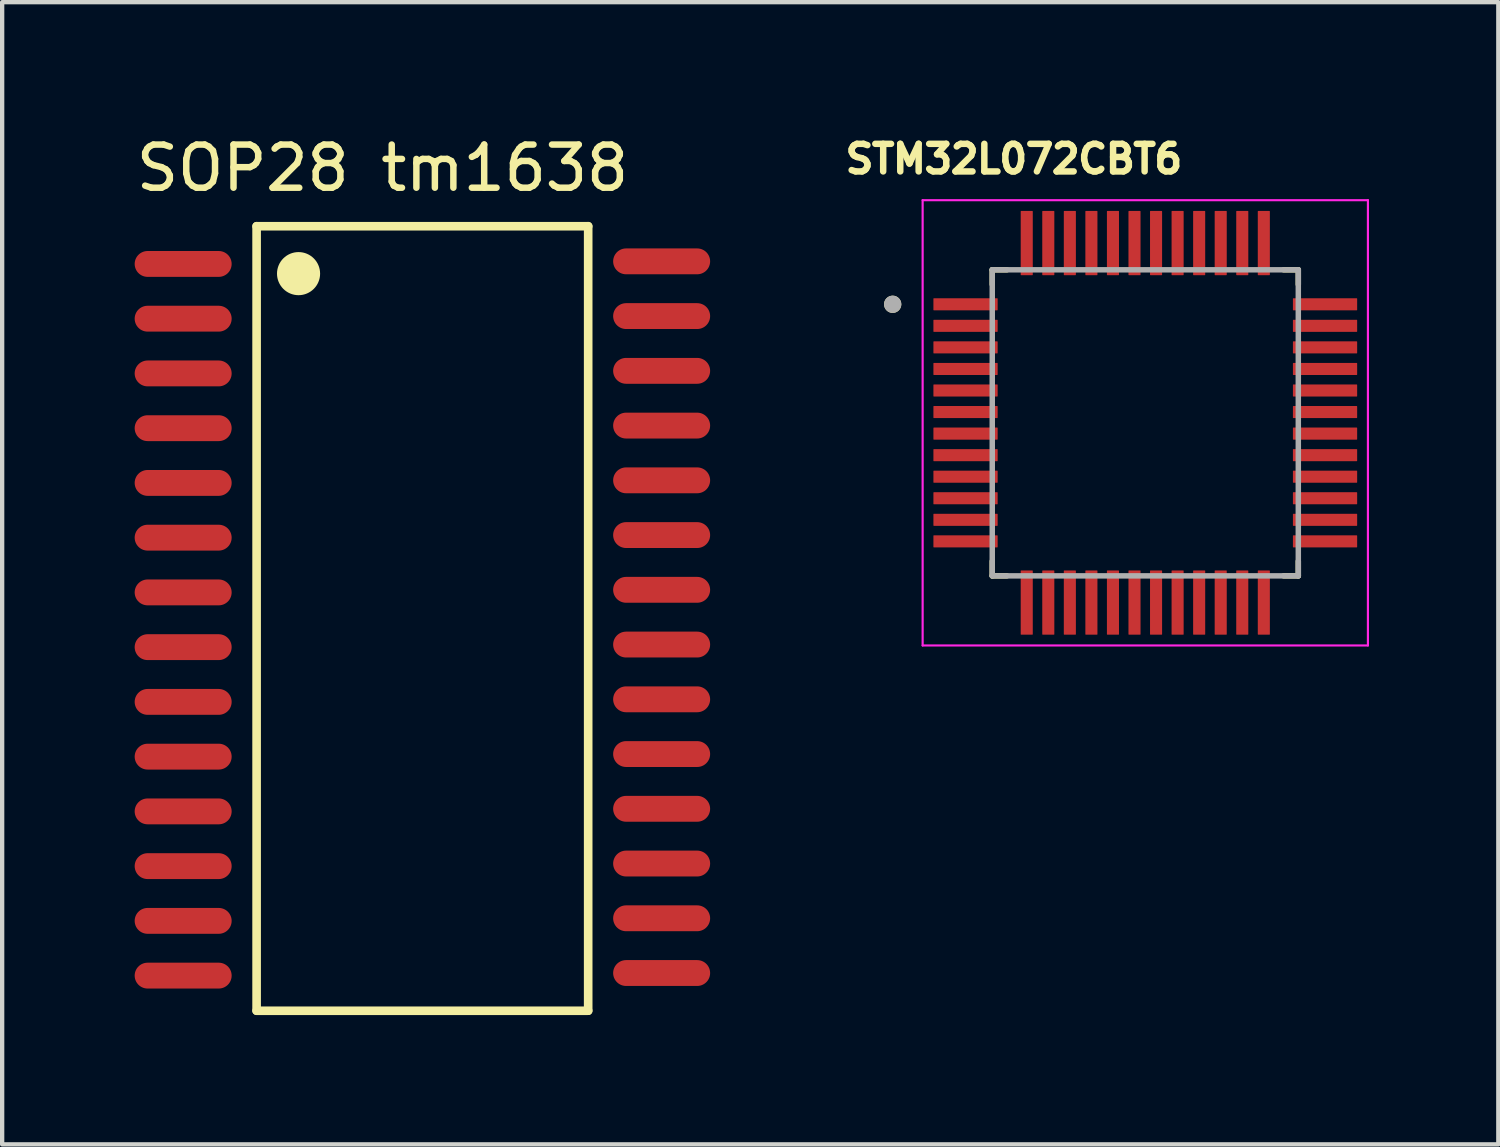
<source format=kicad_pcb>
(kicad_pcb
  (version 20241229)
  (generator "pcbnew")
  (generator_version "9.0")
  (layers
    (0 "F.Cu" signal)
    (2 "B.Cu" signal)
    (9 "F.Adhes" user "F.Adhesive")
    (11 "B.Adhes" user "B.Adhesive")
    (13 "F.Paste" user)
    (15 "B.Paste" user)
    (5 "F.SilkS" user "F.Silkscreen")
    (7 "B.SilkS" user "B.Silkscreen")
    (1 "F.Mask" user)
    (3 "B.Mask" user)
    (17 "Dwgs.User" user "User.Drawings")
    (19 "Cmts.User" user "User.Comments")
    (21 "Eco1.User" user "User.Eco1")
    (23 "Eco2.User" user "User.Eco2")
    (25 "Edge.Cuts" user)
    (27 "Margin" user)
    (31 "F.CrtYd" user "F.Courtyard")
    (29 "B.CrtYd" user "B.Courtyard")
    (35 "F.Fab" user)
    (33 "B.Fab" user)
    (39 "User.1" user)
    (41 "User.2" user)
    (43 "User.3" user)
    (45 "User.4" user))
  (footprint "SOP28 tm1638"
    (layer "F.Cu")
    (at 6.749 11.298)
    (property "Reference" "SOP28 tm1638" (at -0.926 -10.449 0) (layer "F.SilkS") (effects (font (size 1.001 1.001) (thickness 0.15))))
    (attr smd)
    (fp_line (start -3.846 -9.1) (end 3.846 -9.1) (stroke (width 0.2) (type solid)) (layer "F.SilkS"))
    (fp_line (start -3.846 9.1) (end -3.846 -9.1) (stroke (width 0.2) (type solid)) (layer "F.SilkS"))
    (fp_line (start 3.846 -9.1) (end 3.846 9.1) (stroke (width 0.2) (type solid)) (layer "F.SilkS"))
    (fp_line (start 3.846 9.1) (end -3.846 9.1) (stroke (width 0.2) (type solid)) (layer "F.SilkS"))
    (fp_circle (center -2.873 -8) (end -2.373 -8) (stroke (width 0) (type solid)) (fill yes) (layer "F.SilkS"))
    (pad "1" smd oval (at -5.55 -8.225) (size 2.25 0.6) (layers "F.Cu" "F.Mask" "F.Paste"))
    (pad "2" smd oval (at -5.55 -6.955) (size 2.25 0.6) (layers "F.Cu" "F.Mask" "F.Paste"))
    (pad "3" smd oval (at -5.55 -5.685) (size 2.25 0.6) (layers "F.Cu" "F.Mask" "F.Paste"))
    (pad "4" smd oval (at -5.55 -4.415) (size 2.25 0.6) (layers "F.Cu" "F.Mask" "F.Paste"))
    (pad "5" smd oval (at -5.55 -3.145) (size 2.25 0.6) (layers "F.Cu" "F.Mask" "F.Paste"))
    (pad "6" smd oval (at -5.55 -1.875) (size 2.25 0.6) (layers "F.Cu" "F.Mask" "F.Paste"))
    (pad "7" smd oval (at -5.55 -0.605) (size 2.25 0.6) (layers "F.Cu" "F.Mask" "F.Paste"))
    (pad "8" smd oval (at -5.55 0.665) (size 2.25 0.6) (layers "F.Cu" "F.Mask" "F.Paste"))
    (pad "9" smd oval (at -5.55 1.935) (size 2.25 0.6) (layers "F.Cu" "F.Mask" "F.Paste"))
    (pad "10" smd oval (at -5.55 3.205) (size 2.25 0.6) (layers "F.Cu" "F.Mask" "F.Paste"))
    (pad "11" smd oval (at -5.55 4.475) (size 2.25 0.6) (layers "F.Cu" "F.Mask" "F.Paste"))
    (pad "12" smd oval (at -5.55 5.745) (size 2.25 0.6) (layers "F.Cu" "F.Mask" "F.Paste"))
    (pad "13" smd oval (at -5.55 7.015) (size 2.25 0.6) (layers "F.Cu" "F.Mask" "F.Paste"))
    (pad "14" smd oval (at -5.55 8.285) (size 2.25 0.6) (layers "F.Cu" "F.Mask" "F.Paste"))
    (pad "15" smd oval (at 5.55 8.225 180) (size 2.25 0.6) (layers "F.Cu" "F.Mask" "F.Paste"))
    (pad "16" smd oval (at 5.55 6.955 180) (size 2.25 0.6) (layers "F.Cu" "F.Mask" "F.Paste"))
    (pad "17" smd oval (at 5.55 5.685 180) (size 2.25 0.6) (layers "F.Cu" "F.Mask" "F.Paste"))
    (pad "18" smd oval (at 5.55 4.415 180) (size 2.25 0.6) (layers "F.Cu" "F.Mask" "F.Paste"))
    (pad "19" smd oval (at 5.55 3.145 180) (size 2.25 0.6) (layers "F.Cu" "F.Mask" "F.Paste"))
    (pad "20" smd oval (at 5.55 1.875 180) (size 2.25 0.6) (layers "F.Cu" "F.Mask" "F.Paste"))
    (pad "21" smd oval (at 5.55 0.605 180) (size 2.25 0.6) (layers "F.Cu" "F.Mask" "F.Paste"))
    (pad "22" smd oval (at 5.55 -0.665 180) (size 2.25 0.6) (layers "F.Cu" "F.Mask" "F.Paste"))
    (pad "23" smd oval (at 5.55 -1.935 180) (size 2.25 0.6) (layers "F.Cu" "F.Mask" "F.Paste"))
    (pad "24" smd oval (at 5.55 -3.205 180) (size 2.25 0.6) (layers "F.Cu" "F.Mask" "F.Paste"))
    (pad "25" smd oval (at 5.55 -4.475 180) (size 2.25 0.6) (layers "F.Cu" "F.Mask" "F.Paste"))
    (pad "26" smd oval (at 5.55 -5.745 180) (size 2.25 0.6) (layers "F.Cu" "F.Mask" "F.Paste"))
    (pad "27" smd oval (at 5.55 -7.015 180) (size 2.25 0.6) (layers "F.Cu" "F.Mask" "F.Paste"))
    (pad "28" smd oval (at 5.55 -8.285 180) (size 2.25 0.6) (layers "F.Cu" "F.Mask" "F.Paste")))
  (footprint "STM32L072CBT6"
    (layer "F.Cu")
    (at 23.519 6.759)
    (property "Reference" "STM32L072CBT6" (at -3.048 -6.121 0) (layer "F.SilkS") (effects (font (size 0.64 0.64) (thickness 0.15))))
    (attr smd)
    (fp_line (start -3.55 -3.55) (end -3.55 -3.21) (stroke (width 0.127) (type solid)) (layer "F.SilkS"))
    (fp_line (start -3.55 -3.55) (end -3.21 -3.55) (stroke (width 0.127) (type solid)) (layer "F.SilkS"))
    (fp_line (start -3.55 3.55) (end -3.55 3.21) (stroke (width 0.127) (type solid)) (layer "F.SilkS"))
    (fp_line (start -3.55 3.55) (end -3.21 3.55) (stroke (width 0.127) (type solid)) (layer "F.SilkS"))
    (fp_line (start 3.55 -3.55) (end 3.21 -3.55) (stroke (width 0.127) (type solid)) (layer "F.SilkS"))
    (fp_line (start 3.55 -3.55) (end 3.55 -3.21) (stroke (width 0.127) (type solid)) (layer "F.SilkS"))
    (fp_line (start 3.55 3.55) (end 3.21 3.55) (stroke (width 0.127) (type solid)) (layer "F.SilkS"))
    (fp_line (start 3.55 3.55) (end 3.55 3.21) (stroke (width 0.127) (type solid)) (layer "F.SilkS"))
    (fp_circle (center -5.86 -2.75) (end -5.76 -2.75) (stroke (width 0.2) (type solid)) (fill no) (layer "F.SilkS"))
    (fp_line (start -5.165 -5.165) (end 5.165 -5.165) (stroke (width 0.05) (type solid)) (layer "F.CrtYd"))
    (fp_line (start -5.165 5.165) (end -5.165 -5.165) (stroke (width 0.05) (type solid)) (layer "F.CrtYd"))
    (fp_line (start -5.165 5.165) (end 5.165 5.165) (stroke (width 0.05) (type solid)) (layer "F.CrtYd"))
    (fp_line (start 5.165 5.165) (end 5.165 -5.165) (stroke (width 0.05) (type solid)) (layer "F.CrtYd"))
    (fp_line (start -3.55 3.55) (end -3.55 -3.55) (stroke (width 0.127) (type solid)) (layer "F.Fab"))
    (fp_line (start 3.55 -3.55) (end -3.55 -3.55) (stroke (width 0.127) (type solid)) (layer "F.Fab"))
    (fp_line (start 3.55 3.55) (end -3.55 3.55) (stroke (width 0.127) (type solid)) (layer "F.Fab"))
    (fp_line (start 3.55 3.55) (end 3.55 -3.55) (stroke (width 0.127) (type solid)) (layer "F.Fab"))
    (fp_circle (center -5.86 -2.75) (end -5.76 -2.75) (stroke (width 0.2) (type solid)) (fill no) (layer "F.Fab"))
    (pad "1" smd roundrect (at -4.17 -2.75) (size 1.49 0.28) (layers "F.Cu" "F.Mask" "F.Paste") (roundrect_rratio 0.04))
    (pad "2" smd roundrect (at -4.17 -2.25) (size 1.49 0.28) (layers "F.Cu" "F.Mask" "F.Paste") (roundrect_rratio 0.04))
    (pad "3" smd roundrect (at -4.17 -1.75) (size 1.49 0.28) (layers "F.Cu" "F.Mask" "F.Paste") (roundrect_rratio 0.04))
    (pad "4" smd roundrect (at -4.17 -1.25) (size 1.49 0.28) (layers "F.Cu" "F.Mask" "F.Paste") (roundrect_rratio 0.04))
    (pad "5" smd roundrect (at -4.17 -0.75) (size 1.49 0.28) (layers "F.Cu" "F.Mask" "F.Paste") (roundrect_rratio 0.04))
    (pad "6" smd roundrect (at -4.17 -0.25) (size 1.49 0.28) (layers "F.Cu" "F.Mask" "F.Paste") (roundrect_rratio 0.04))
    (pad "7" smd roundrect (at -4.17 0.25) (size 1.49 0.28) (layers "F.Cu" "F.Mask" "F.Paste") (roundrect_rratio 0.04))
    (pad "8" smd roundrect (at -4.17 0.75) (size 1.49 0.28) (layers "F.Cu" "F.Mask" "F.Paste") (roundrect_rratio 0.04))
    (pad "9" smd roundrect (at -4.17 1.25) (size 1.49 0.28) (layers "F.Cu" "F.Mask" "F.Paste") (roundrect_rratio 0.04))
    (pad "10" smd roundrect (at -4.17 1.75) (size 1.49 0.28) (layers "F.Cu" "F.Mask" "F.Paste") (roundrect_rratio 0.04))
    (pad "11" smd roundrect (at -4.17 2.25) (size 1.49 0.28) (layers "F.Cu" "F.Mask" "F.Paste") (roundrect_rratio 0.04))
    (pad "12" smd roundrect (at -4.17 2.75) (size 1.49 0.28) (layers "F.Cu" "F.Mask" "F.Paste") (roundrect_rratio 0.04))
    (pad "13" smd roundrect (at -2.75 4.17 90) (size 1.49 0.28) (layers "F.Cu" "F.Mask" "F.Paste") (roundrect_rratio 0.04))
    (pad "14" smd roundrect (at -2.25 4.17 90) (size 1.49 0.28) (layers "F.Cu" "F.Mask" "F.Paste") (roundrect_rratio 0.04))
    (pad "15" smd roundrect (at -1.75 4.17 90) (size 1.49 0.28) (layers "F.Cu" "F.Mask" "F.Paste") (roundrect_rratio 0.04))
    (pad "16" smd roundrect (at -1.25 4.17 90) (size 1.49 0.28) (layers "F.Cu" "F.Mask" "F.Paste") (roundrect_rratio 0.04))
    (pad "17" smd roundrect (at -0.75 4.17 90) (size 1.49 0.28) (layers "F.Cu" "F.Mask" "F.Paste") (roundrect_rratio 0.04))
    (pad "18" smd roundrect (at -0.25 4.17 90) (size 1.49 0.28) (layers "F.Cu" "F.Mask" "F.Paste") (roundrect_rratio 0.04))
    (pad "19" smd roundrect (at 0.25 4.17 90) (size 1.49 0.28) (layers "F.Cu" "F.Mask" "F.Paste") (roundrect_rratio 0.04))
    (pad "20" smd roundrect (at 0.75 4.17 90) (size 1.49 0.28) (layers "F.Cu" "F.Mask" "F.Paste") (roundrect_rratio 0.04))
    (pad "21" smd roundrect (at 1.25 4.17 90) (size 1.49 0.28) (layers "F.Cu" "F.Mask" "F.Paste") (roundrect_rratio 0.04))
    (pad "22" smd roundrect (at 1.75 4.17 90) (size 1.49 0.28) (layers "F.Cu" "F.Mask" "F.Paste") (roundrect_rratio 0.04))
    (pad "23" smd roundrect (at 2.25 4.17 90) (size 1.49 0.28) (layers "F.Cu" "F.Mask" "F.Paste") (roundrect_rratio 0.04))
    (pad "24" smd roundrect (at 2.75 4.17 90) (size 1.49 0.28) (layers "F.Cu" "F.Mask" "F.Paste") (roundrect_rratio 0.04))
    (pad "25" smd roundrect (at 4.17 2.75) (size 1.49 0.28) (layers "F.Cu" "F.Mask" "F.Paste") (roundrect_rratio 0.04))
    (pad "26" smd roundrect (at 4.17 2.25) (size 1.49 0.28) (layers "F.Cu" "F.Mask" "F.Paste") (roundrect_rratio 0.04))
    (pad "27" smd roundrect (at 4.17 1.75) (size 1.49 0.28) (layers "F.Cu" "F.Mask" "F.Paste") (roundrect_rratio 0.04))
    (pad "28" smd roundrect (at 4.17 1.25) (size 1.49 0.28) (layers "F.Cu" "F.Mask" "F.Paste") (roundrect_rratio 0.04))
    (pad "29" smd roundrect (at 4.17 0.75) (size 1.49 0.28) (layers "F.Cu" "F.Mask" "F.Paste") (roundrect_rratio 0.04))
    (pad "30" smd roundrect (at 4.17 0.25) (size 1.49 0.28) (layers "F.Cu" "F.Mask" "F.Paste") (roundrect_rratio 0.04))
    (pad "31" smd roundrect (at 4.17 -0.25) (size 1.49 0.28) (layers "F.Cu" "F.Mask" "F.Paste") (roundrect_rratio 0.04))
    (pad "32" smd roundrect (at 4.17 -0.75) (size 1.49 0.28) (layers "F.Cu" "F.Mask" "F.Paste") (roundrect_rratio 0.04))
    (pad "33" smd roundrect (at 4.17 -1.25) (size 1.49 0.28) (layers "F.Cu" "F.Mask" "F.Paste") (roundrect_rratio 0.04))
    (pad "34" smd roundrect (at 4.17 -1.75) (size 1.49 0.28) (layers "F.Cu" "F.Mask" "F.Paste") (roundrect_rratio 0.04))
    (pad "35" smd roundrect (at 4.17 -2.25) (size 1.49 0.28) (layers "F.Cu" "F.Mask" "F.Paste") (roundrect_rratio 0.04))
    (pad "36" smd roundrect (at 4.17 -2.75) (size 1.49 0.28) (layers "F.Cu" "F.Mask" "F.Paste") (roundrect_rratio 0.04))
    (pad "37" smd roundrect (at 2.75 -4.17 90) (size 1.49 0.28) (layers "F.Cu" "F.Mask" "F.Paste") (roundrect_rratio 0.04))
    (pad "38" smd roundrect (at 2.25 -4.17 90) (size 1.49 0.28) (layers "F.Cu" "F.Mask" "F.Paste") (roundrect_rratio 0.04))
    (pad "39" smd roundrect (at 1.75 -4.17 90) (size 1.49 0.28) (layers "F.Cu" "F.Mask" "F.Paste") (roundrect_rratio 0.04))
    (pad "40" smd roundrect (at 1.25 -4.17 90) (size 1.49 0.28) (layers "F.Cu" "F.Mask" "F.Paste") (roundrect_rratio 0.04))
    (pad "41" smd roundrect (at 0.75 -4.17 90) (size 1.49 0.28) (layers "F.Cu" "F.Mask" "F.Paste") (roundrect_rratio 0.04))
    (pad "42" smd roundrect (at 0.25 -4.17 90) (size 1.49 0.28) (layers "F.Cu" "F.Mask" "F.Paste") (roundrect_rratio 0.04))
    (pad "43" smd roundrect (at -0.25 -4.17 90) (size 1.49 0.28) (layers "F.Cu" "F.Mask" "F.Paste") (roundrect_rratio 0.04))
    (pad "44" smd roundrect (at -0.75 -4.17 90) (size 1.49 0.28) (layers "F.Cu" "F.Mask" "F.Paste") (roundrect_rratio 0.04))
    (pad "45" smd roundrect (at -1.25 -4.17 90) (size 1.49 0.28) (layers "F.Cu" "F.Mask" "F.Paste") (roundrect_rratio 0.04))
    (pad "46" smd roundrect (at -1.75 -4.17 90) (size 1.49 0.28) (layers "F.Cu" "F.Mask" "F.Paste") (roundrect_rratio 0.04))
    (pad "47" smd roundrect (at -2.25 -4.17 90) (size 1.49 0.28) (layers "F.Cu" "F.Mask" "F.Paste") (roundrect_rratio 0.04))
    (pad "48" smd roundrect (at -2.75 -4.17 90) (size 1.49 0.28) (layers "F.Cu" "F.Mask" "F.Paste") (roundrect_rratio 0.04)))
  (gr_rect
    (start -3 -3)
    (end 31.709 23.498)
    (stroke (width 0.1) (type default))
    (fill no)
    (layer "Edge.Cuts")))
</source>
